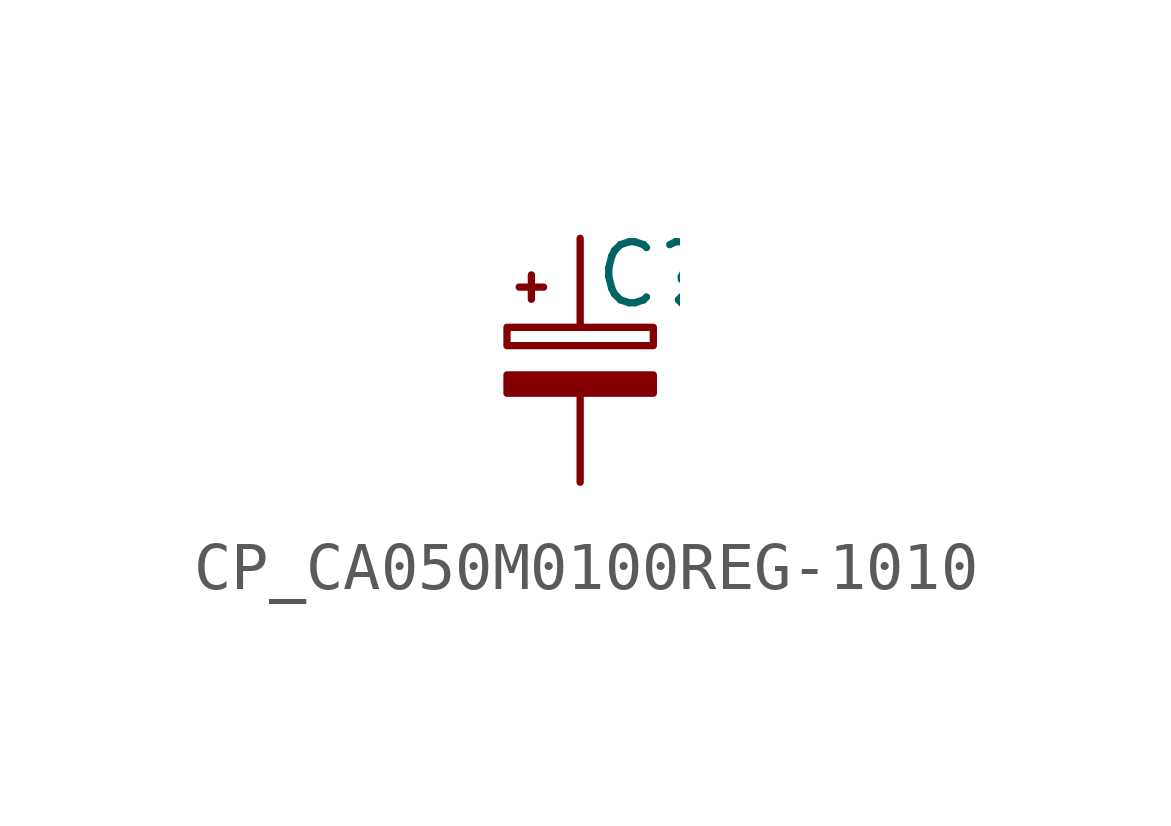
<source format=kicad_sym>
(kicad_symbol_lib
  (version 20220914)
  (generator kicad_symbol_editor)
  (symbol "CP_CA050M0100REG-1010"
    (pin_numbers hide)
    (pin_names
      (offset 0.254) hide)
    (property "Reference" "C"
      (at 0.254 1.778 0)
      (effects (font (size 1.27 1.27)) (justify left)))
    (symbol "CP_CA050M0100REG-1010_0_1"
      (rectangle (start -1.524 -0.305) (end 1.524 -0.686) (stroke (width 0) (type default)) (fill (type outline)))
      (rectangle (start -1.524 0.686) (end 1.524 0.305) (stroke (width 0) (type default)) (fill (type none)))
      (polyline (pts (xy -1.27 1.524) (xy -0.762 1.524)) (stroke (width 0) (type default)) (fill (type none)))
      (polyline (pts (xy -1.016 1.27) (xy -1.016 1.778)) (stroke (width 0) (type default)) (fill (type none))))
    (symbol "CP_CA050M0100REG-1010_1_1"
      (pin passive line (at 0 2.54 270) (length 1.854) (name "~" (effects (font (size 1.27 1.27)))) (number "1" (effects (font (size 1.27 1.27)))))
      (pin passive line (at 0 -2.54 90) (length 1.854) (name "~" (effects (font (size 1.27 1.27)))) (number "2" (effects (font (size 1.27 1.27))))))))
</source>
